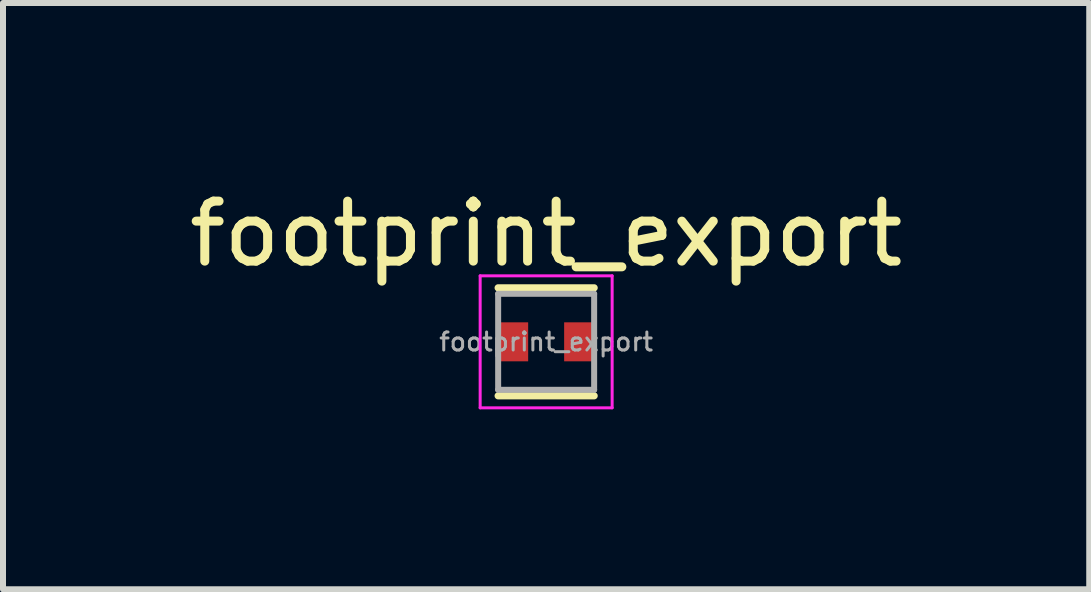
<source format=kicad_pcb>
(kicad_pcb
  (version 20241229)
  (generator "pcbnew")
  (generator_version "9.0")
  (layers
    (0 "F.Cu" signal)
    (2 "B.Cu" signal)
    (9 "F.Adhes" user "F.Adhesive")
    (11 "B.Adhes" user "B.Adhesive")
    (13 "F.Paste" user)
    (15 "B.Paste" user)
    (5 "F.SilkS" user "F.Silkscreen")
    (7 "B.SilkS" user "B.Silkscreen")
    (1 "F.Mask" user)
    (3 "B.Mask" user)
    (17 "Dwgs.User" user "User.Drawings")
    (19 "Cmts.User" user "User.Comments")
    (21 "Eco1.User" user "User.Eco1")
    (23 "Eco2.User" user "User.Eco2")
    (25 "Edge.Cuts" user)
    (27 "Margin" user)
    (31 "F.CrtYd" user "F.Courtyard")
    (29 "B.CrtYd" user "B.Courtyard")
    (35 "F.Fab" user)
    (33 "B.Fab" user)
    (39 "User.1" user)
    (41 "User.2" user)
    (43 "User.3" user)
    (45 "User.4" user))
  (footprint "footprint_export"
    (layer "F.Cu")
    (at 6.054 2.648)
    (property "Reference" "footprint_export" (at 0 -1.8 0) (layer "F.SilkS") (effects (font (size 1 1) (thickness 0.15))))
    (attr smd)
    (fp_line (start -0.8 -0.9) (end 0.8 -0.9) (stroke (width 0.12) (type solid)) (layer "F.SilkS"))
    (fp_line (start -0.8 0.9) (end 0.8 0.9) (stroke (width 0.12) (type solid)) (layer "F.SilkS"))
    (fp_line (start -1.1 -1.1) (end -1.1 1.1) (stroke (width 0.05) (type solid)) (layer "F.CrtYd"))
    (fp_line (start -1.1 1.1) (end 1.1 1.1) (stroke (width 0.05) (type solid)) (layer "F.CrtYd"))
    (fp_line (start 1.1 -1.1) (end -1.1 -1.1) (stroke (width 0.05) (type solid)) (layer "F.CrtYd"))
    (fp_line (start 1.1 1.1) (end 1.1 -1.1) (stroke (width 0.05) (type solid)) (layer "F.CrtYd"))
    (fp_line (start -0.8 -0.8) (end -0.8 0.8) (stroke (width 0.1) (type solid)) (layer "F.Fab"))
    (fp_line (start -0.8 0.8) (end 0.8 0.8) (stroke (width 0.1) (type solid)) (layer "F.Fab"))
    (fp_line (start 0.8 -0.8) (end -0.8 -0.8) (stroke (width 0.1) (type solid)) (layer "F.Fab"))
    (fp_line (start 0.8 0.8) (end 0.8 -0.8) (stroke (width 0.1) (type solid)) (layer "F.Fab"))
    (fp_text user "${REFERENCE}" (at 0 0 0) (layer "F.Fab") (effects (font (size 0.3 0.3) (thickness 0.05))))
    (pad "1" smd rect (at -0.55 0) (size 0.5 0.65) (layers "F.Cu" "F.Mask" "F.Paste"))
    (pad "2" smd rect (at 0.55 0) (size 0.5 0.65) (layers "F.Cu" "F.Mask" "F.Paste")))
  (gr_rect
    (start -3 -3)
    (end 15.107 6.773)
    (stroke (width 0.1) (type default))
    (fill no)
    (layer "Edge.Cuts")))
</source>
